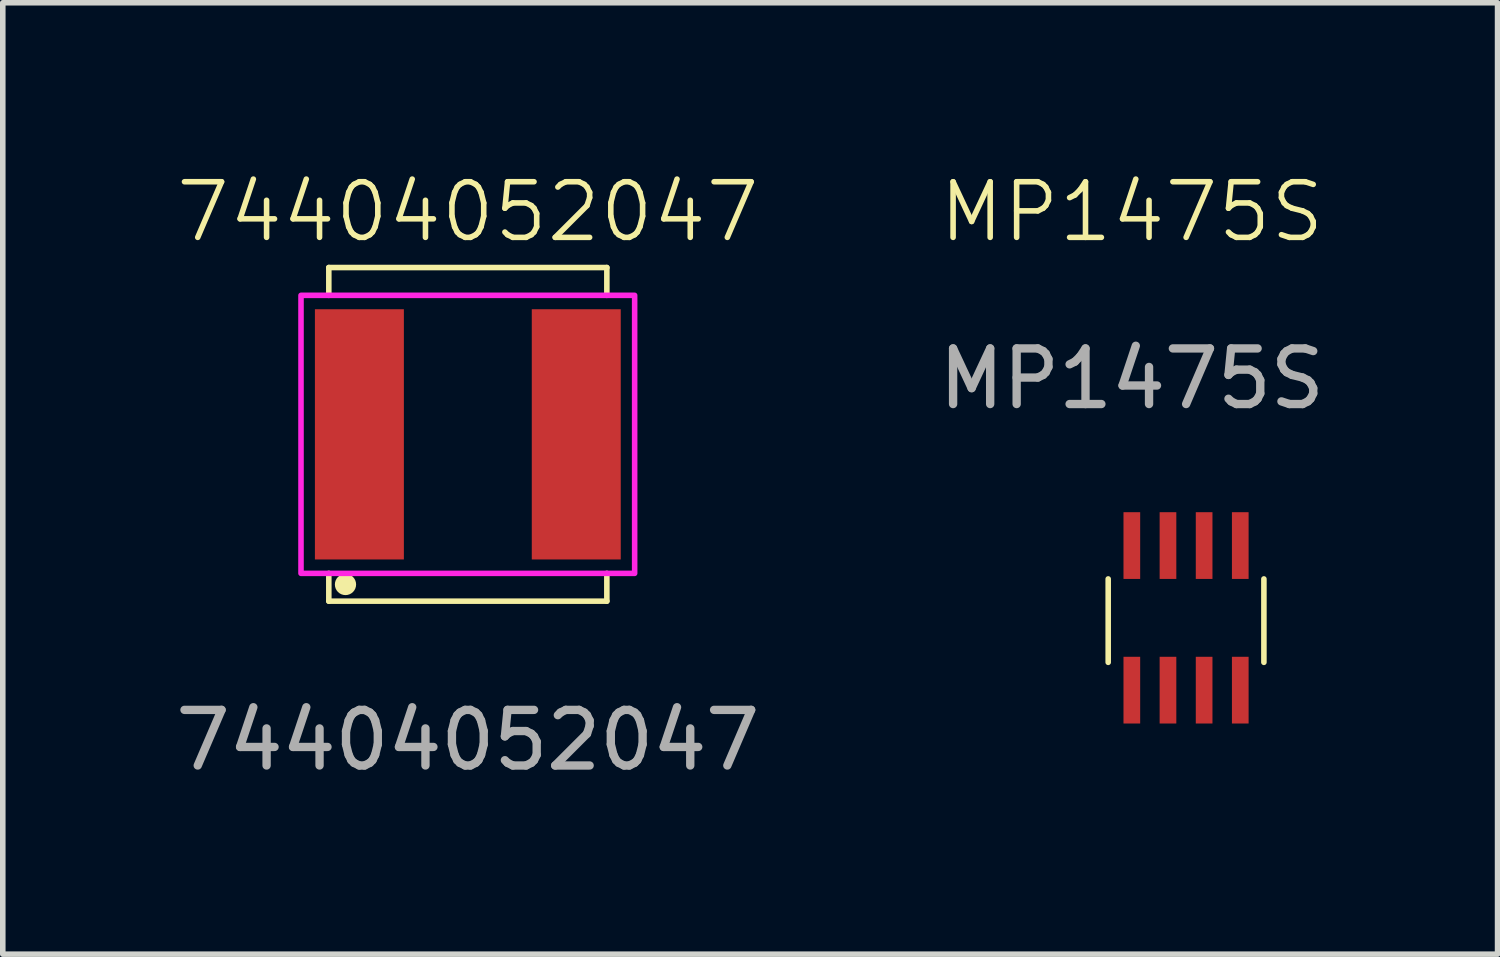
<source format=kicad_pcb>
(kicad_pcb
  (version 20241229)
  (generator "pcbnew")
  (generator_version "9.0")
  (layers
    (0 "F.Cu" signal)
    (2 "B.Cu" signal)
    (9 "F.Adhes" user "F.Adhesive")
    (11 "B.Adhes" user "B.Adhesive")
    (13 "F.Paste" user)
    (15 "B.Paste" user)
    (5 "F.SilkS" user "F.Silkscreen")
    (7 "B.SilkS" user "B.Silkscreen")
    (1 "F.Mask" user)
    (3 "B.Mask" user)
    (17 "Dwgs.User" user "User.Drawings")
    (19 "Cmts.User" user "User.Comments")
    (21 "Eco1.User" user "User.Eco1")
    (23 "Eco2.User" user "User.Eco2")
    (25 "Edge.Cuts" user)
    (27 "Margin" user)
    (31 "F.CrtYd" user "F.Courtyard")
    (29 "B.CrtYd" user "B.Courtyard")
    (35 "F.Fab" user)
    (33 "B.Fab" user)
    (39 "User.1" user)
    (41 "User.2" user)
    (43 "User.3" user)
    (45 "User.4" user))
  (footprint "74404052047"
    (layer "F.Cu")
    (at 5.363 4.761)
    (property "Reference" "74404052047" (at 0 -4 0) (unlocked yes) (layer "F.SilkS") (effects (font (size 1 1) (thickness 0.1))))
    (attr smd)
    (fp_line (start -2.5 -3) (end -2.5 -2.5) (stroke (width 0.1) (type default)) (layer "F.SilkS"))
    (fp_line (start -2.5 3) (end -2.5 2.5) (stroke (width 0.1) (type default)) (layer "F.SilkS"))
    (fp_line (start -2.5 3) (end 2.5 3) (stroke (width 0.1) (type default)) (layer "F.SilkS"))
    (fp_line (start 2.5 -3) (end -2.5 -3) (stroke (width 0.1) (type default)) (layer "F.SilkS"))
    (fp_line (start 2.5 -3) (end 2.5 -2.5) (stroke (width 0.1) (type default)) (layer "F.SilkS"))
    (fp_line (start 2.5 3) (end 2.5 2.5) (stroke (width 0.1) (type default)) (layer "F.SilkS"))
    (fp_circle (center -2.2 2.7) (end -2.059 2.7) (stroke (width 0.1) (type solid)) (fill yes) (layer "F.SilkS"))
    (fp_rect (start -3 -2.5) (end 3 2.5) (stroke (width 0.1) (type default)) (fill no) (layer "F.CrtYd"))
    (fp_text user "${REFERENCE}" (at 0 5.5 0) (unlocked yes) (layer "F.Fab") (effects (font (size 1 1) (thickness 0.15))))
    (pad "1" smd rect (at -1.95 0) (size 1.6 4.5) (layers "F.Cu" "F.Mask" "F.Paste"))
    (pad "2" smd rect (at 1.95 0) (size 1.6 4.5) (layers "F.Cu" "F.Mask" "F.Paste")))
  (footprint "MP1475S"
    (layer "F.Cu")
    (at 17.304 9.361)
    (property "Reference" "MP1475S" (at 0 -8.6 0) (unlocked yes) (layer "F.SilkS") (effects (font (size 1 1) (thickness 0.1))))
    (attr through_hole)
    (fp_line (start -0.425 -0.5) (end -0.425 -2) (stroke (width 0.1) (type default)) (layer "F.SilkS"))
    (fp_line (start 2.375 -2) (end 2.375 -0.5) (stroke (width 0.1) (type default)) (layer "F.SilkS"))
    (fp_text user "${REFERENCE}" (at 0 -5.6 0) (unlocked yes) (layer "F.Fab") (effects (font (size 1 1) (thickness 0.15))))
    (pad "1" smd rect (at 0 0) (size 0.3 1.2) (layers "F.Cu" "F.Mask" "F.Paste"))
    (pad "2" smd rect (at 0.65 0) (size 0.3 1.2) (layers "F.Cu" "F.Mask" "F.Paste"))
    (pad "3" smd rect (at 1.3 0) (size 0.3 1.2) (layers "F.Cu" "F.Mask" "F.Paste"))
    (pad "4" smd rect (at 1.95 0) (size 0.3 1.2) (layers "F.Cu" "F.Mask" "F.Paste"))
    (pad "5" smd rect (at 1.95 -2.6) (size 0.3 1.2) (layers "F.Cu" "F.Mask" "F.Paste"))
    (pad "6" smd rect (at 1.3 -2.6) (size 0.3 1.2) (layers "F.Cu" "F.Mask" "F.Paste"))
    (pad "7" smd rect (at 0.65 -2.6) (size 0.3 1.2) (layers "F.Cu" "F.Mask" "F.Paste"))
    (pad "8" smd rect (at 0 -2.6) (size 0.3 1.2) (layers "F.Cu" "F.Mask" "F.Paste")))
  (gr_rect
    (start -3 -3)
    (end 23.881 14.109)
    (stroke (width 0.1) (type default))
    (fill no)
    (layer "Edge.Cuts")))
</source>
